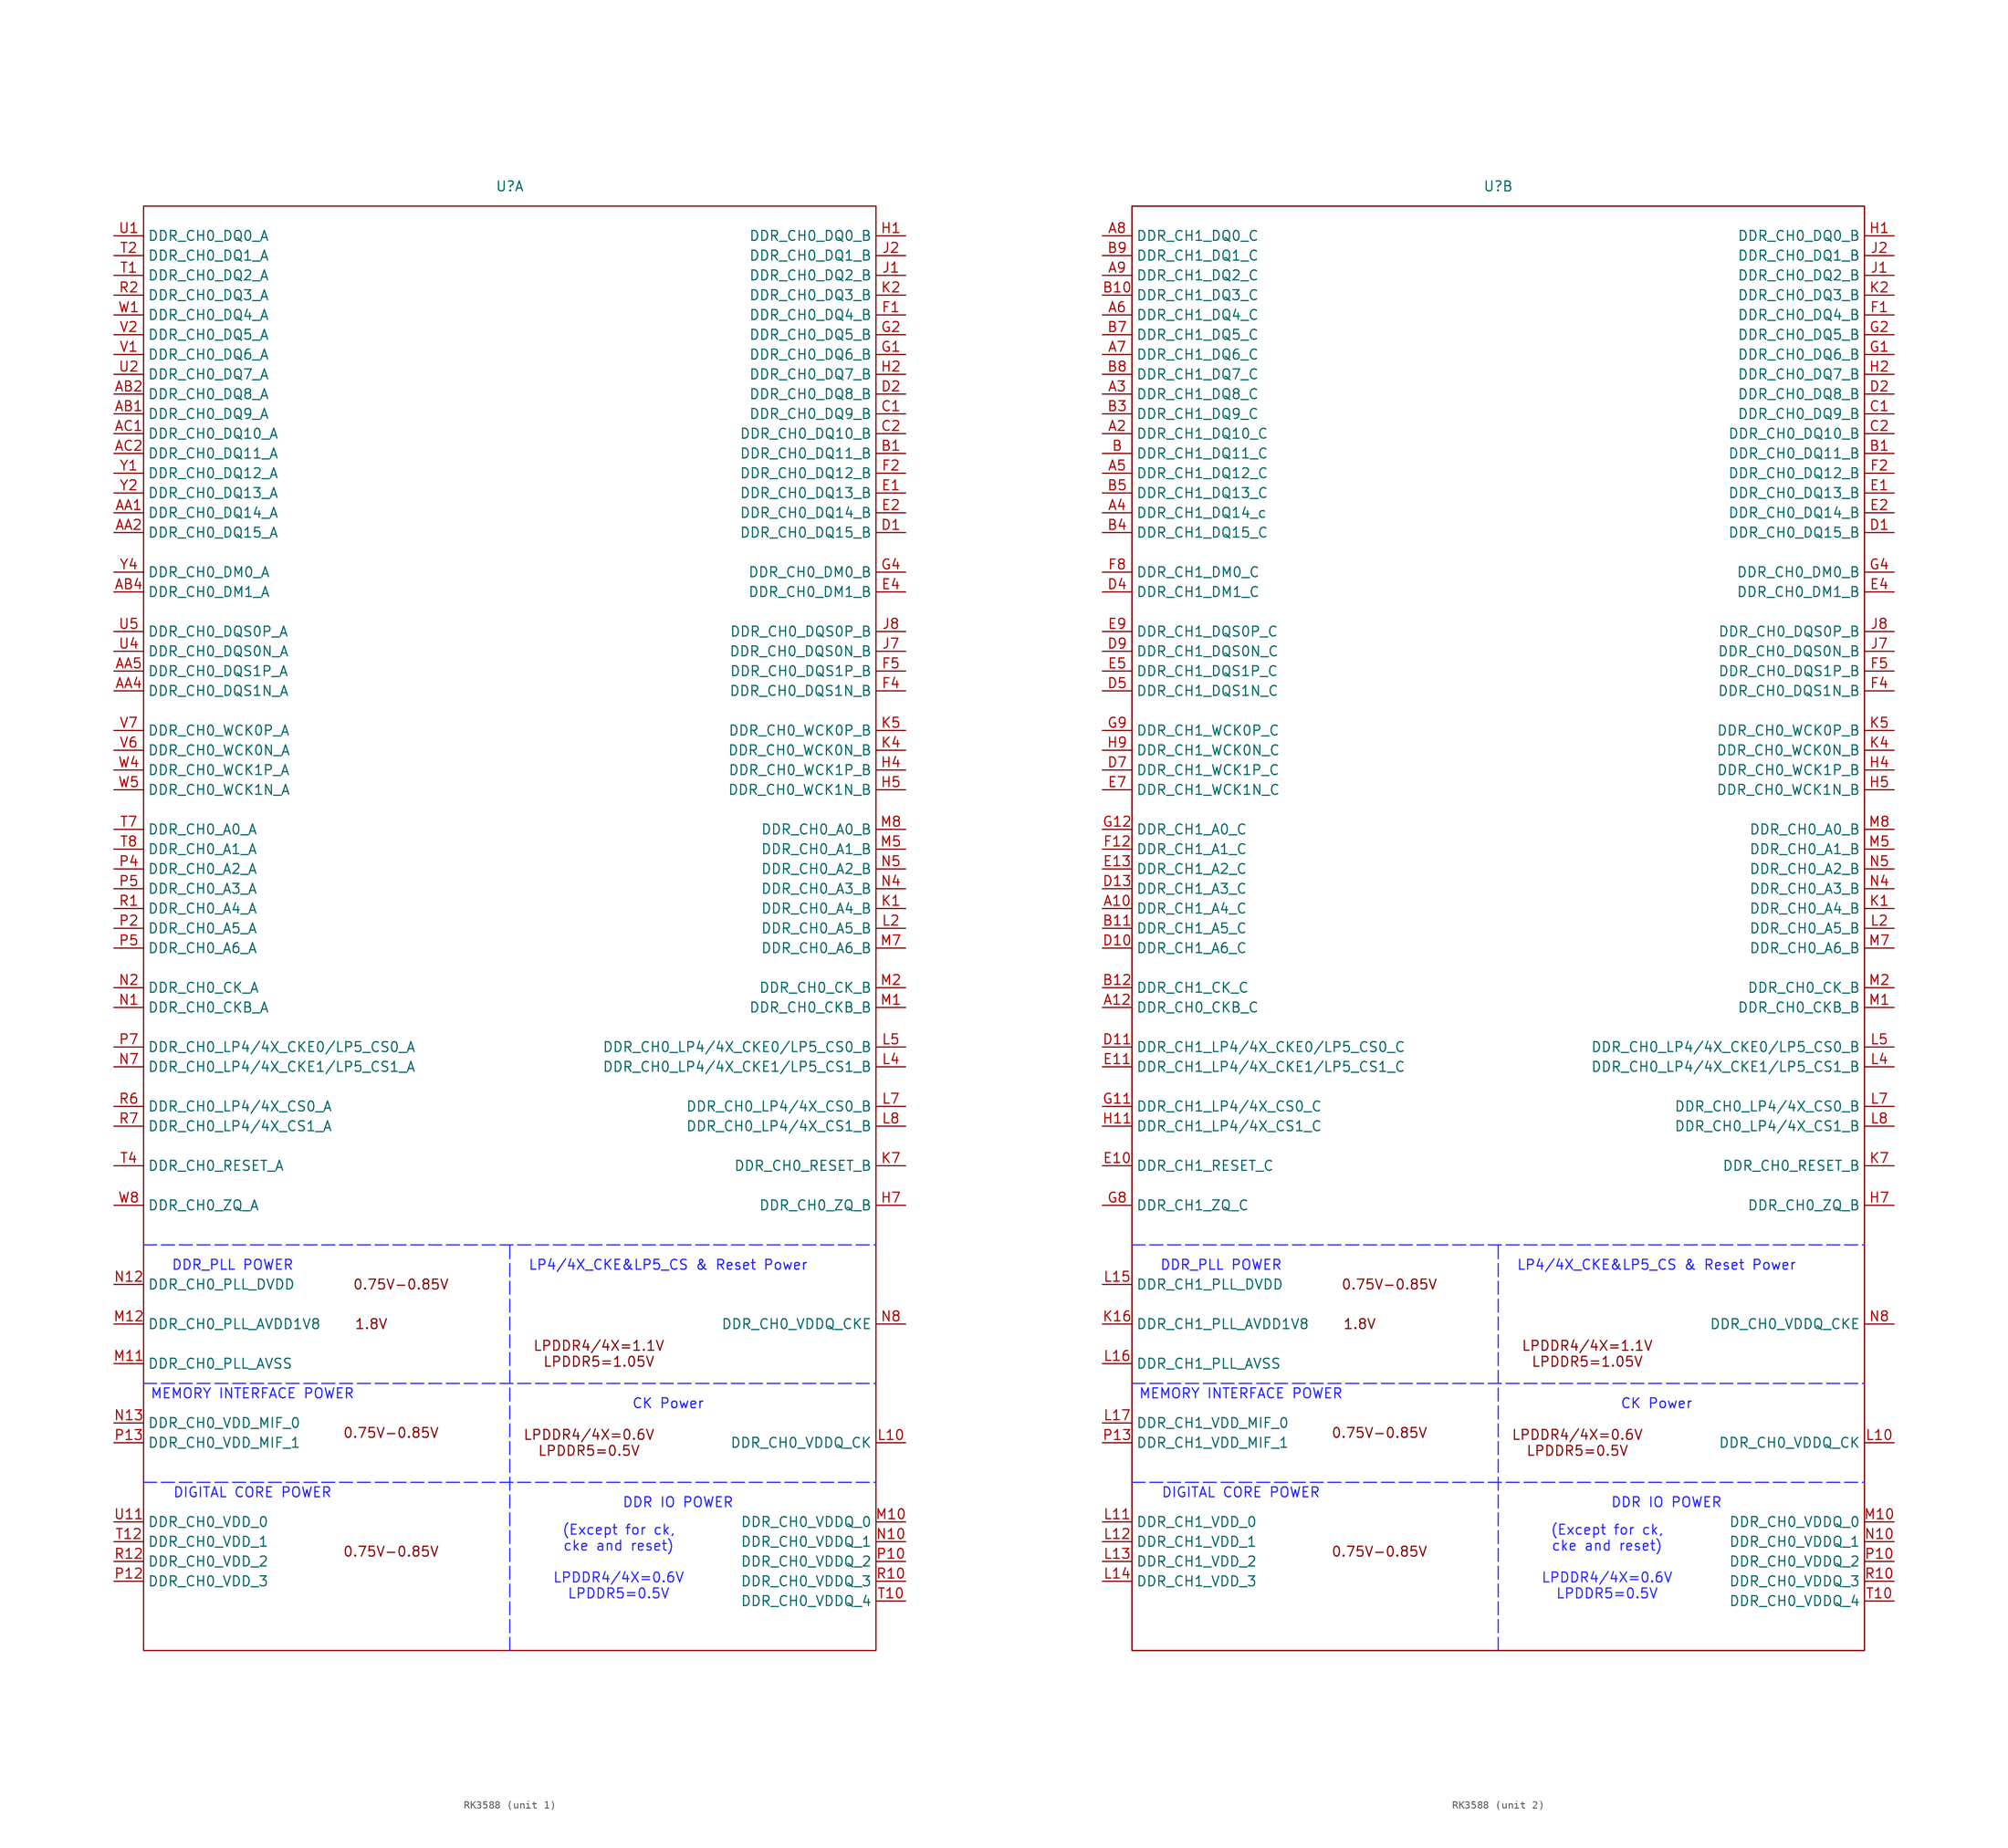
<source format=kicad_sym>
(kicad_symbol_lib
  (version 20220914)
  (generator kicad_symbol_editor)
  (symbol "RK3588"
    (property "Reference" "U"
      (at 0 2.54 0)
      (effects (font (size 1.27 1.27))))
    (property "Value" ""
      (at -50.8 0 0)
      (effects (font (size 1.27 1.27))))
    (property "ki_locked" ""
      (at 0 0 0)
      (effects (font (size 1.27 1.27))))
    (symbol "RK3588_1_0"
      (pin bidirectional line (at -50.8 -11.43 0) (length 3.81) (name "DDR_CH0_DQ3_A" (effects (font (size 1.27 1.27)))) (number "R2" (effects (font (size 1.27 1.27)))))
      (pin bidirectional line (at -50.8 -8.89 0) (length 3.81) (name "DDR_CH0_DQ2_A" (effects (font (size 1.27 1.27)))) (number "T1" (effects (font (size 1.27 1.27)))))
      (pin bidirectional line (at -50.8 -6.35 0) (length 3.81) (name "DDR_CH0_DQ1_A" (effects (font (size 1.27 1.27)))) (number "T2" (effects (font (size 1.27 1.27)))))
      (pin bidirectional line (at -50.8 -13.97 0) (length 3.81) (name "DDR_CH0_DQ4_A" (effects (font (size 1.27 1.27)))) (number "W1" (effects (font (size 1.27 1.27))))))
    (symbol "RK3588_1_1"
      (rectangle (start -46.99 0) (end 46.99 -185.42) (stroke (width 0) (type default)) (fill (type none)))
      (polyline (pts (xy -46.99 -163.83) (xy 46.99 -163.83)) (stroke (width 0) (type dash) (color 34 38 255 1)) (fill (type none)))
      (polyline (pts (xy -46.99 -151.13) (xy 46.99 -151.13)) (stroke (width 0) (type dash) (color 34 38 255 1)) (fill (type none)))
      (polyline (pts (xy -46.99 -133.35) (xy 46.99 -133.35)) (stroke (width 0) (type dash) (color 34 38 255 1)) (fill (type none)))
      (polyline (pts (xy 0 -185.42) (xy 0 -133.35)) (stroke (width 0) (type dash) (color 34 38 255 1)) (fill (type none)))
      (text "(Except for ck,\ncke and reset)\n\nLPDDR4/4X=0.6V\nLPDDR5=0.5V" (at 13.97 -173.99 0) (effects (font (size 1.27 1.27) (color 38 36 255 1))))
      (text "0.75V-0.85V" (at -15.24 -172.72 0) (effects (font (size 1.27 1.27))))
      (text "0.75V-0.85V" (at -15.24 -157.48 0) (effects (font (size 1.27 1.27))))
      (text "0.75V-0.85V" (at -13.97 -138.43 0) (effects (font (size 1.27 1.27))))
      (text "1.8V" (at -17.78 -143.51 0) (effects (font (size 1.27 1.27))))
      (text "CK Power" (at 20.32 -153.67 0) (effects (font (size 1.27 1.27) (color 31 30 255 1))))
      (text "DDR IO POWER" (at 21.59 -166.37 0) (effects (font (size 1.27 1.27) (color 31 30 255 1))))
      (text "DDR_PLL POWER" (at -35.56 -135.89 0) (effects (font (size 1.27 1.27) (color 31 30 255 1))))
      (text "DIGITAL CORE POWER" (at -33.02 -165.1 0) (effects (font (size 1.27 1.27) (color 31 30 255 1))))
      (text "LP4/4X_CKE&LP5_CS & Reset Power" (at 20.32 -135.89 0) (effects (font (size 1.27 1.27) (color 31 30 255 1))))
      (text "LPDDR4/4X=0.6V\nLPDDR5=0.5V" (at 10.16 -158.75 0) (effects (font (size 1.27 1.27))))
      (text "LPDDR4/4X=1.1V\nLPDDR5=1.05V" (at 11.43 -147.32 0) (effects (font (size 1.27 1.27))))
      (text "MEMORY INTERFACE POWER" (at -33.02 -152.4 0) (effects (font (size 1.27 1.27) (color 31 30 255 1))))
      (pin bidirectional line (at -50.8 -39.37 0) (length 3.81) (name "DDR_CH0_DQ14_A" (effects (font (size 1.27 1.27)))) (number "AA1" (effects (font (size 1.27 1.27)))))
      (pin bidirectional line (at -50.8 -41.91 0) (length 3.81) (name "DDR_CH0_DQ15_A" (effects (font (size 1.27 1.27)))) (number "AA2" (effects (font (size 1.27 1.27)))))
      (pin bidirectional line (at -50.8 -62.23 0) (length 3.81) (name "DDR_CH0_DQS1N_A" (effects (font (size 1.27 1.27)))) (number "AA4" (effects (font (size 1.27 1.27)))))
      (pin bidirectional line (at -50.8 -59.69 0) (length 3.81) (name "DDR_CH0_DQS1P_A" (effects (font (size 1.27 1.27)))) (number "AA5" (effects (font (size 1.27 1.27)))))
      (pin bidirectional line (at -50.8 -26.67 0) (length 3.81) (name "DDR_CH0_DQ9_A" (effects (font (size 1.27 1.27)))) (number "AB1" (effects (font (size 1.27 1.27)))))
      (pin bidirectional line (at -50.8 -24.13 0) (length 3.81) (name "DDR_CH0_DQ8_A" (effects (font (size 1.27 1.27)))) (number "AB2" (effects (font (size 1.27 1.27)))))
      (pin output line (at -50.8 -49.53 0) (length 3.81) (name "DDR_CH0_DM1_A" (effects (font (size 1.27 1.27)))) (number "AB4" (effects (font (size 1.27 1.27)))))
      (pin bidirectional line (at -50.8 -29.21 0) (length 3.81) (name "DDR_CH0_DQ10_A" (effects (font (size 1.27 1.27)))) (number "AC1" (effects (font (size 1.27 1.27)))))
      (pin bidirectional line (at -50.8 -31.75 0) (length 3.81) (name "DDR_CH0_DQ11_A" (effects (font (size 1.27 1.27)))) (number "AC2" (effects (font (size 1.27 1.27)))))
      (pin bidirectional line (at 50.8 -31.75 180) (length 3.81) (name "DDR_CH0_DQ11_B" (effects (font (size 1.27 1.27)))) (number "B1" (effects (font (size 1.27 1.27)))))
      (pin bidirectional line (at 50.8 -26.67 180) (length 3.81) (name "DDR_CH0_DQ9_B" (effects (font (size 1.27 1.27)))) (number "C1" (effects (font (size 1.27 1.27)))))
      (pin bidirectional line (at 50.8 -29.21 180) (length 3.81) (name "DDR_CH0_DQ10_B" (effects (font (size 1.27 1.27)))) (number "C2" (effects (font (size 1.27 1.27)))))
      (pin bidirectional line (at 50.8 -41.91 180) (length 3.81) (name "DDR_CH0_DQ15_B" (effects (font (size 1.27 1.27)))) (number "D1" (effects (font (size 1.27 1.27)))))
      (pin bidirectional line (at 50.8 -24.13 180) (length 3.81) (name "DDR_CH0_DQ8_B" (effects (font (size 1.27 1.27)))) (number "D2" (effects (font (size 1.27 1.27)))))
      (pin bidirectional line (at 50.8 -36.83 180) (length 3.81) (name "DDR_CH0_DQ13_B" (effects (font (size 1.27 1.27)))) (number "E1" (effects (font (size 1.27 1.27)))))
      (pin bidirectional line (at 50.8 -39.37 180) (length 3.81) (name "DDR_CH0_DQ14_B" (effects (font (size 1.27 1.27)))) (number "E2" (effects (font (size 1.27 1.27)))))
      (pin output line (at 50.8 -49.53 180) (length 3.81) (name "DDR_CH0_DM1_B" (effects (font (size 1.27 1.27)))) (number "E4" (effects (font (size 1.27 1.27)))))
      (pin bidirectional line (at 50.8 -13.97 180) (length 3.81) (name "DDR_CH0_DQ4_B" (effects (font (size 1.27 1.27)))) (number "F1" (effects (font (size 1.27 1.27)))))
      (pin bidirectional line (at 50.8 -34.29 180) (length 3.81) (name "DDR_CH0_DQ12_B" (effects (font (size 1.27 1.27)))) (number "F2" (effects (font (size 1.27 1.27)))))
      (pin bidirectional line (at 50.8 -62.23 180) (length 3.81) (name "DDR_CH0_DQS1N_B" (effects (font (size 1.27 1.27)))) (number "F4" (effects (font (size 1.27 1.27)))))
      (pin bidirectional line (at 50.8 -59.69 180) (length 3.81) (name "DDR_CH0_DQS1P_B" (effects (font (size 1.27 1.27)))) (number "F5" (effects (font (size 1.27 1.27)))))
      (pin bidirectional line (at 50.8 -19.05 180) (length 3.81) (name "DDR_CH0_DQ6_B" (effects (font (size 1.27 1.27)))) (number "G1" (effects (font (size 1.27 1.27)))))
      (pin bidirectional line (at 50.8 -16.51 180) (length 3.81) (name "DDR_CH0_DQ5_B" (effects (font (size 1.27 1.27)))) (number "G2" (effects (font (size 1.27 1.27)))))
      (pin output line (at 50.8 -46.99 180) (length 3.81) (name "DDR_CH0_DM0_B" (effects (font (size 1.27 1.27)))) (number "G4" (effects (font (size 1.27 1.27)))))
      (pin bidirectional line (at 50.8 -3.81 180) (length 3.81) (name "DDR_CH0_DQ0_B" (effects (font (size 1.27 1.27)))) (number "H1" (effects (font (size 1.27 1.27)))))
      (pin bidirectional line (at 50.8 -21.59 180) (length 3.81) (name "DDR_CH0_DQ7_B" (effects (font (size 1.27 1.27)))) (number "H2" (effects (font (size 1.27 1.27)))))
      (pin bidirectional line (at 50.8 -72.39 180) (length 3.81) (name "DDR_CH0_WCK1P_B" (effects (font (size 1.27 1.27)))) (number "H4" (effects (font (size 1.27 1.27)))))
      (pin bidirectional line (at 50.8 -74.93 180) (length 3.81) (name "DDR_CH0_WCK1N_B" (effects (font (size 1.27 1.27)))) (number "H5" (effects (font (size 1.27 1.27)))))
      (pin power_in line (at 50.8 -128.27 180) (length 3.81) (name "DDR_CH0_ZQ_B" (effects (font (size 1.27 1.27)))) (number "H7" (effects (font (size 1.27 1.27)))))
      (pin bidirectional line (at 50.8 -8.89 180) (length 3.81) (name "DDR_CH0_DQ2_B" (effects (font (size 1.27 1.27)))) (number "J1" (effects (font (size 1.27 1.27)))))
      (pin bidirectional line (at 50.8 -6.35 180) (length 3.81) (name "DDR_CH0_DQ1_B" (effects (font (size 1.27 1.27)))) (number "J2" (effects (font (size 1.27 1.27)))))
      (pin bidirectional line (at 50.8 -57.15 180) (length 3.81) (name "DDR_CH0_DQS0N_B" (effects (font (size 1.27 1.27)))) (number "J7" (effects (font (size 1.27 1.27)))))
      (pin bidirectional line (at 50.8 -54.61 180) (length 3.81) (name "DDR_CH0_DQS0P_B" (effects (font (size 1.27 1.27)))) (number "J8" (effects (font (size 1.27 1.27)))))
      (pin output line (at 50.8 -90.17 180) (length 3.81) (name "DDR_CH0_A4_B" (effects (font (size 1.27 1.27)))) (number "K1" (effects (font (size 1.27 1.27)))))
      (pin bidirectional line (at 50.8 -11.43 180) (length 3.81) (name "DDR_CH0_DQ3_B" (effects (font (size 1.27 1.27)))) (number "K2" (effects (font (size 1.27 1.27)))))
      (pin bidirectional line (at 50.8 -69.85 180) (length 3.81) (name "DDR_CH0_WCK0N_B" (effects (font (size 1.27 1.27)))) (number "K4" (effects (font (size 1.27 1.27)))))
      (pin bidirectional line (at 50.8 -67.31 180) (length 3.81) (name "DDR_CH0_WCK0P_B" (effects (font (size 1.27 1.27)))) (number "K5" (effects (font (size 1.27 1.27)))))
      (pin passive line (at 50.8 -123.19 180) (length 3.81) (name "DDR_CH0_RESET_B" (effects (font (size 1.27 1.27)))) (number "K7" (effects (font (size 1.27 1.27)))))
      (pin power_in line (at 50.8 -158.75 180) (length 3.81) (name "DDR_CH0_VDDQ_CK" (effects (font (size 1.27 1.27)))) (number "L10" (effects (font (size 1.27 1.27)))))
      (pin output line (at 50.8 -92.71 180) (length 3.81) (name "DDR_CH0_A5_B" (effects (font (size 1.27 1.27)))) (number "L2" (effects (font (size 1.27 1.27)))))
      (pin output line (at 50.8 -110.49 180) (length 3.81) (name "DDR_CH0_LP4/4X_CKE1/LP5_CS1_B" (effects (font (size 1.27 1.27)))) (number "L4" (effects (font (size 1.27 1.27)))))
      (pin output line (at 50.8 -107.95 180) (length 3.81) (name "DDR_CH0_LP4/4X_CKE0/LP5_CS0_B" (effects (font (size 1.27 1.27)))) (number "L5" (effects (font (size 1.27 1.27)))))
      (pin output line (at 50.8 -115.57 180) (length 3.81) (name "DDR_CH0_LP4/4X_CS0_B" (effects (font (size 1.27 1.27)))) (number "L7" (effects (font (size 1.27 1.27)))))
      (pin output line (at 50.8 -118.11 180) (length 3.81) (name "DDR_CH0_LP4/4X_CS1_B" (effects (font (size 1.27 1.27)))) (number "L8" (effects (font (size 1.27 1.27)))))
      (pin output line (at 50.8 -102.87 180) (length 3.81) (name "DDR_CH0_CKB_B" (effects (font (size 1.27 1.27)))) (number "M1" (effects (font (size 1.27 1.27)))))
      (pin power_in line (at 50.8 -168.91 180) (length 3.81) (name "DDR_CH0_VDDQ_0" (effects (font (size 1.27 1.27)))) (number "M10" (effects (font (size 1.27 1.27)))))
      (pin power_in line (at -50.8 -148.59 0) (length 3.81) (name "DDR_CH0_PLL_AVSS" (effects (font (size 1.27 1.27)))) (number "M11" (effects (font (size 1.27 1.27)))))
      (pin power_in line (at -50.8 -143.51 0) (length 3.81) (name "DDR_CH0_PLL_AVDD1V8" (effects (font (size 1.27 1.27)))) (number "M12" (effects (font (size 1.27 1.27)))))
      (pin output line (at 50.8 -100.33 180) (length 3.81) (name "DDR_CH0_CK_B" (effects (font (size 1.27 1.27)))) (number "M2" (effects (font (size 1.27 1.27)))))
      (pin output line (at 50.8 -82.55 180) (length 3.81) (name "DDR_CH0_A1_B" (effects (font (size 1.27 1.27)))) (number "M5" (effects (font (size 1.27 1.27)))))
      (pin output line (at 50.8 -95.25 180) (length 3.81) (name "DDR_CH0_A6_B" (effects (font (size 1.27 1.27)))) (number "M7" (effects (font (size 1.27 1.27)))))
      (pin output line (at 50.8 -80.01 180) (length 3.81) (name "DDR_CH0_A0_B" (effects (font (size 1.27 1.27)))) (number "M8" (effects (font (size 1.27 1.27)))))
      (pin output line (at -50.8 -102.87 0) (length 3.81) (name "DDR_CH0_CKB_A" (effects (font (size 1.27 1.27)))) (number "N1" (effects (font (size 1.27 1.27)))))
      (pin power_in line (at 50.8 -171.45 180) (length 3.81) (name "DDR_CH0_VDDQ_1" (effects (font (size 1.27 1.27)))) (number "N10" (effects (font (size 1.27 1.27)))))
      (pin power_in line (at -50.8 -138.43 0) (length 3.81) (name "DDR_CH0_PLL_DVDD" (effects (font (size 1.27 1.27)))) (number "N12" (effects (font (size 1.27 1.27)))))
      (pin power_in line (at -50.8 -156.21 0) (length 3.81) (name "DDR_CH0_VDD_MIF_0" (effects (font (size 1.27 1.27)))) (number "N13" (effects (font (size 1.27 1.27)))))
      (pin output line (at -50.8 -100.33 0) (length 3.81) (name "DDR_CH0_CK_A" (effects (font (size 1.27 1.27)))) (number "N2" (effects (font (size 1.27 1.27)))))
      (pin output line (at 50.8 -87.63 180) (length 3.81) (name "DDR_CH0_A3_B" (effects (font (size 1.27 1.27)))) (number "N4" (effects (font (size 1.27 1.27)))))
      (pin output line (at 50.8 -85.09 180) (length 3.81) (name "DDR_CH0_A2_B" (effects (font (size 1.27 1.27)))) (number "N5" (effects (font (size 1.27 1.27)))))
      (pin output line (at -50.8 -110.49 0) (length 3.81) (name "DDR_CH0_LP4/4X_CKE1/LP5_CS1_A" (effects (font (size 1.27 1.27)))) (number "N7" (effects (font (size 1.27 1.27)))))
      (pin power_in line (at 50.8 -143.51 180) (length 3.81) (name "DDR_CH0_VDDQ_CKE" (effects (font (size 1.27 1.27)))) (number "N8" (effects (font (size 1.27 1.27)))))
      (pin power_in line (at 50.8 -173.99 180) (length 3.81) (name "DDR_CH0_VDDQ_2" (effects (font (size 1.27 1.27)))) (number "P10" (effects (font (size 1.27 1.27)))))
      (pin power_in line (at -50.8 -176.53 0) (length 3.81) (name "DDR_CH0_VDD_3" (effects (font (size 1.27 1.27)))) (number "P12" (effects (font (size 1.27 1.27)))))
      (pin power_in line (at -50.8 -158.75 0) (length 3.81) (name "DDR_CH0_VDD_MIF_1" (effects (font (size 1.27 1.27)))) (number "P13" (effects (font (size 1.27 1.27)))))
      (pin output line (at -50.8 -92.71 0) (length 3.81) (name "DDR_CH0_A5_A" (effects (font (size 1.27 1.27)))) (number "P2" (effects (font (size 1.27 1.27)))))
      (pin output line (at -50.8 -85.09 0) (length 3.81) (name "DDR_CH0_A2_A" (effects (font (size 1.27 1.27)))) (number "P4" (effects (font (size 1.27 1.27)))))
      (pin output line (at -50.8 -87.63 0) (length 3.81) (name "DDR_CH0_A3_A" (effects (font (size 1.27 1.27)))) (number "P5" (effects (font (size 1.27 1.27)))))
      (pin output line (at -50.8 -95.25 0) (length 3.81) (name "DDR_CH0_A6_A" (effects (font (size 1.27 1.27)))) (number "P5" (effects (font (size 1.27 1.27)))))
      (pin output line (at -50.8 -107.95 0) (length 3.81) (name "DDR_CH0_LP4/4X_CKE0/LP5_CS0_A" (effects (font (size 1.27 1.27)))) (number "P7" (effects (font (size 1.27 1.27)))))
      (pin output line (at -50.8 -90.17 0) (length 3.81) (name "DDR_CH0_A4_A" (effects (font (size 1.27 1.27)))) (number "R1" (effects (font (size 1.27 1.27)))))
      (pin power_in line (at 50.8 -176.53 180) (length 3.81) (name "DDR_CH0_VDDQ_3" (effects (font (size 1.27 1.27)))) (number "R10" (effects (font (size 1.27 1.27)))))
      (pin power_in line (at -50.8 -173.99 0) (length 3.81) (name "DDR_CH0_VDD_2" (effects (font (size 1.27 1.27)))) (number "R12" (effects (font (size 1.27 1.27)))))
      (pin output line (at -50.8 -115.57 0) (length 3.81) (name "DDR_CH0_LP4/4X_CS0_A" (effects (font (size 1.27 1.27)))) (number "R6" (effects (font (size 1.27 1.27)))))
      (pin output line (at -50.8 -118.11 0) (length 3.81) (name "DDR_CH0_LP4/4X_CS1_A" (effects (font (size 1.27 1.27)))) (number "R7" (effects (font (size 1.27 1.27)))))
      (pin power_in line (at 50.8 -179.07 180) (length 3.81) (name "DDR_CH0_VDDQ_4" (effects (font (size 1.27 1.27)))) (number "T10" (effects (font (size 1.27 1.27)))))
      (pin power_in line (at -50.8 -171.45 0) (length 3.81) (name "DDR_CH0_VDD_1" (effects (font (size 1.27 1.27)))) (number "T12" (effects (font (size 1.27 1.27)))))
      (pin output line (at -50.8 -123.19 0) (length 3.81) (name "DDR_CH0_RESET_A" (effects (font (size 1.27 1.27)))) (number "T4" (effects (font (size 1.27 1.27)))))
      (pin output line (at -50.8 -80.01 0) (length 3.81) (name "DDR_CH0_A0_A" (effects (font (size 1.27 1.27)))) (number "T7" (effects (font (size 1.27 1.27)))))
      (pin output line (at -50.8 -82.55 0) (length 3.81) (name "DDR_CH0_A1_A" (effects (font (size 1.27 1.27)))) (number "T8" (effects (font (size 1.27 1.27)))))
      (pin bidirectional line (at -50.8 -3.81 0) (length 3.81) (name "DDR_CH0_DQ0_A" (effects (font (size 1.27 1.27)))) (number "U1" (effects (font (size 1.27 1.27)))))
      (pin power_in line (at -50.8 -168.91 0) (length 3.81) (name "DDR_CH0_VDD_0" (effects (font (size 1.27 1.27)))) (number "U11" (effects (font (size 1.27 1.27)))))
      (pin bidirectional line (at -50.8 -21.59 0) (length 3.81) (name "DDR_CH0_DQ7_A" (effects (font (size 1.27 1.27)))) (number "U2" (effects (font (size 1.27 1.27)))))
      (pin bidirectional line (at -50.8 -57.15 0) (length 3.81) (name "DDR_CH0_DQS0N_A" (effects (font (size 1.27 1.27)))) (number "U4" (effects (font (size 1.27 1.27)))))
      (pin bidirectional line (at -50.8 -54.61 0) (length 3.81) (name "DDR_CH0_DQS0P_A" (effects (font (size 1.27 1.27)))) (number "U5" (effects (font (size 1.27 1.27)))))
      (pin bidirectional line (at -50.8 -19.05 0) (length 3.81) (name "DDR_CH0_DQ6_A" (effects (font (size 1.27 1.27)))) (number "V1" (effects (font (size 1.27 1.27)))))
      (pin bidirectional line (at -50.8 -16.51 0) (length 3.81) (name "DDR_CH0_DQ5_A" (effects (font (size 1.27 1.27)))) (number "V2" (effects (font (size 1.27 1.27)))))
      (pin bidirectional line (at -50.8 -69.85 0) (length 3.81) (name "DDR_CH0_WCK0N_A" (effects (font (size 1.27 1.27)))) (number "V6" (effects (font (size 1.27 1.27)))))
      (pin bidirectional line (at -50.8 -67.31 0) (length 3.81) (name "DDR_CH0_WCK0P_A" (effects (font (size 1.27 1.27)))) (number "V7" (effects (font (size 1.27 1.27)))))
      (pin bidirectional line (at -50.8 -72.39 0) (length 3.81) (name "DDR_CH0_WCK1P_A" (effects (font (size 1.27 1.27)))) (number "W4" (effects (font (size 1.27 1.27)))))
      (pin bidirectional line (at -50.8 -74.93 0) (length 3.81) (name "DDR_CH0_WCK1N_A" (effects (font (size 1.27 1.27)))) (number "W5" (effects (font (size 1.27 1.27)))))
      (pin output line (at -50.8 -128.27 0) (length 3.81) (name "DDR_CH0_ZQ_A" (effects (font (size 1.27 1.27)))) (number "W8" (effects (font (size 1.27 1.27)))))
      (pin bidirectional line (at -50.8 -34.29 0) (length 3.81) (name "DDR_CH0_DQ12_A" (effects (font (size 1.27 1.27)))) (number "Y1" (effects (font (size 1.27 1.27)))))
      (pin bidirectional line (at -50.8 -36.83 0) (length 3.81) (name "DDR_CH0_DQ13_A" (effects (font (size 1.27 1.27)))) (number "Y2" (effects (font (size 1.27 1.27)))))
      (pin output line (at -50.8 -46.99 0) (length 3.81) (name "DDR_CH0_DM0_A" (effects (font (size 1.27 1.27)))) (number "Y4" (effects (font (size 1.27 1.27))))))
    (symbol "RK3588_2_0"
      (pin bidirectional line (at -50.8 -13.97 0) (length 3.81) (name "DDR_CH1_DQ4_C" (effects (font (size 1.27 1.27)))) (number "A6" (effects (font (size 1.27 1.27)))))
      (pin bidirectional line (at -50.8 -8.89 0) (length 3.81) (name "DDR_CH1_DQ2_C" (effects (font (size 1.27 1.27)))) (number "A9" (effects (font (size 1.27 1.27)))))
      (pin bidirectional line (at -50.8 -11.43 0) (length 3.81) (name "DDR_CH1_DQ3_C" (effects (font (size 1.27 1.27)))) (number "B10" (effects (font (size 1.27 1.27)))))
      (pin bidirectional line (at -50.8 -6.35 0) (length 3.81) (name "DDR_CH1_DQ1_C" (effects (font (size 1.27 1.27)))) (number "B9" (effects (font (size 1.27 1.27))))))
    (symbol "RK3588_2_1"
      (rectangle (start -46.99 0) (end 46.99 -185.42) (stroke (width 0) (type default)) (fill (type none)))
      (rectangle (start -46.99 0) (end 46.99 -185.42) (stroke (width 0) (type default)) (fill (type none)))
      (polyline (pts (xy -46.99 -163.83) (xy 46.99 -163.83)) (stroke (width 0) (type dash) (color 34 38 255 1)) (fill (type none)))
      (polyline (pts (xy -46.99 -151.13) (xy 46.99 -151.13)) (stroke (width 0) (type dash) (color 34 38 255 1)) (fill (type none)))
      (polyline (pts (xy -46.99 -133.35) (xy 46.99 -133.35)) (stroke (width 0) (type dash) (color 34 38 255 1)) (fill (type none)))
      (polyline (pts (xy 0 -185.42) (xy 0 -133.35)) (stroke (width 0) (type dash) (color 34 38 255 1)) (fill (type none)))
      (text "(Except for ck,\ncke and reset)\n\nLPDDR4/4X=0.6V\nLPDDR5=0.5V" (at 13.97 -173.99 0) (effects (font (size 1.27 1.27) (color 38 36 255 1))))
      (text "0.75V-0.85V" (at -15.24 -172.72 0) (effects (font (size 1.27 1.27))))
      (text "0.75V-0.85V" (at -15.24 -157.48 0) (effects (font (size 1.27 1.27))))
      (text "0.75V-0.85V" (at -13.97 -138.43 0) (effects (font (size 1.27 1.27))))
      (text "1.8V" (at -17.78 -143.51 0) (effects (font (size 1.27 1.27))))
      (text "CK Power" (at 20.32 -153.67 0) (effects (font (size 1.27 1.27) (color 31 30 255 1))))
      (text "DDR IO POWER" (at 21.59 -166.37 0) (effects (font (size 1.27 1.27) (color 31 30 255 1))))
      (text "DDR_PLL POWER" (at -35.56 -135.89 0) (effects (font (size 1.27 1.27) (color 31 30 255 1))))
      (text "DIGITAL CORE POWER" (at -33.02 -165.1 0) (effects (font (size 1.27 1.27) (color 31 30 255 1))))
      (text "LP4/4X_CKE&LP5_CS & Reset Power" (at 20.32 -135.89 0) (effects (font (size 1.27 1.27) (color 31 30 255 1))))
      (text "LPDDR4/4X=0.6V\nLPDDR5=0.5V" (at 10.16 -158.75 0) (effects (font (size 1.27 1.27))))
      (text "LPDDR4/4X=1.1V\nLPDDR5=1.05V" (at 11.43 -147.32 0) (effects (font (size 1.27 1.27))))
      (text "MEMORY INTERFACE POWER" (at -33.02 -152.4 0) (effects (font (size 1.27 1.27) (color 31 30 255 1))))
      (pin output line (at -50.8 -90.17 0) (length 3.81) (name "DDR_CH1_A4_C" (effects (font (size 1.27 1.27)))) (number "A10" (effects (font (size 1.27 1.27)))))
      (pin output line (at -50.8 -102.87 0) (length 3.81) (name "DDR_CH0_CKB_C" (effects (font (size 1.27 1.27)))) (number "A12" (effects (font (size 1.27 1.27)))))
      (pin bidirectional line (at -50.8 -29.21 0) (length 3.81) (name "DDR_CH1_DQ10_C" (effects (font (size 1.27 1.27)))) (number "A2" (effects (font (size 1.27 1.27)))))
      (pin bidirectional line (at -50.8 -24.13 0) (length 3.81) (name "DDR_CH1_DQ8_C" (effects (font (size 1.27 1.27)))) (number "A3" (effects (font (size 1.27 1.27)))))
      (pin bidirectional line (at -50.8 -39.37 0) (length 3.81) (name "DDR_CH1_DQ14_c" (effects (font (size 1.27 1.27)))) (number "A4" (effects (font (size 1.27 1.27)))))
      (pin bidirectional line (at -50.8 -34.29 0) (length 3.81) (name "DDR_CH1_DQ12_C" (effects (font (size 1.27 1.27)))) (number "A5" (effects (font (size 1.27 1.27)))))
      (pin bidirectional line (at -50.8 -19.05 0) (length 3.81) (name "DDR_CH1_DQ6_C" (effects (font (size 1.27 1.27)))) (number "A7" (effects (font (size 1.27 1.27)))))
      (pin bidirectional line (at -50.8 -3.81 0) (length 3.81) (name "DDR_CH1_DQ0_C" (effects (font (size 1.27 1.27)))) (number "A8" (effects (font (size 1.27 1.27)))))
      (pin bidirectional line (at -50.8 -31.75 0) (length 3.81) (name "DDR_CH1_DQ11_C" (effects (font (size 1.27 1.27)))) (number "B" (effects (font (size 1.27 1.27)))))
      (pin bidirectional line (at 50.8 -31.75 180) (length 3.81) (name "DDR_CH0_DQ11_B" (effects (font (size 1.27 1.27)))) (number "B1" (effects (font (size 1.27 1.27)))))
      (pin output line (at -50.8 -92.71 0) (length 3.81) (name "DDR_CH1_A5_C" (effects (font (size 1.27 1.27)))) (number "B11" (effects (font (size 1.27 1.27)))))
      (pin output line (at -50.8 -100.33 0) (length 3.81) (name "DDR_CH1_CK_C" (effects (font (size 1.27 1.27)))) (number "B12" (effects (font (size 1.27 1.27)))))
      (pin bidirectional line (at -50.8 -26.67 0) (length 3.81) (name "DDR_CH1_DQ9_C" (effects (font (size 1.27 1.27)))) (number "B3" (effects (font (size 1.27 1.27)))))
      (pin bidirectional line (at -50.8 -41.91 0) (length 3.81) (name "DDR_CH1_DQ15_C" (effects (font (size 1.27 1.27)))) (number "B4" (effects (font (size 1.27 1.27)))))
      (pin bidirectional line (at -50.8 -36.83 0) (length 3.81) (name "DDR_CH1_DQ13_C" (effects (font (size 1.27 1.27)))) (number "B5" (effects (font (size 1.27 1.27)))))
      (pin bidirectional line (at -50.8 -16.51 0) (length 3.81) (name "DDR_CH1_DQ5_C" (effects (font (size 1.27 1.27)))) (number "B7" (effects (font (size 1.27 1.27)))))
      (pin bidirectional line (at -50.8 -21.59 0) (length 3.81) (name "DDR_CH1_DQ7_C" (effects (font (size 1.27 1.27)))) (number "B8" (effects (font (size 1.27 1.27)))))
      (pin bidirectional line (at 50.8 -26.67 180) (length 3.81) (name "DDR_CH0_DQ9_B" (effects (font (size 1.27 1.27)))) (number "C1" (effects (font (size 1.27 1.27)))))
      (pin bidirectional line (at 50.8 -29.21 180) (length 3.81) (name "DDR_CH0_DQ10_B" (effects (font (size 1.27 1.27)))) (number "C2" (effects (font (size 1.27 1.27)))))
      (pin bidirectional line (at 50.8 -41.91 180) (length 3.81) (name "DDR_CH0_DQ15_B" (effects (font (size 1.27 1.27)))) (number "D1" (effects (font (size 1.27 1.27)))))
      (pin output line (at -50.8 -95.25 0) (length 3.81) (name "DDR_CH1_A6_C" (effects (font (size 1.27 1.27)))) (number "D10" (effects (font (size 1.27 1.27)))))
      (pin output line (at -50.8 -107.95 0) (length 3.81) (name "DDR_CH1_LP4/4X_CKE0/LP5_CS0_C" (effects (font (size 1.27 1.27)))) (number "D11" (effects (font (size 1.27 1.27)))))
      (pin output line (at -50.8 -87.63 0) (length 3.81) (name "DDR_CH1_A3_C" (effects (font (size 1.27 1.27)))) (number "D13" (effects (font (size 1.27 1.27)))))
      (pin bidirectional line (at 50.8 -24.13 180) (length 3.81) (name "DDR_CH0_DQ8_B" (effects (font (size 1.27 1.27)))) (number "D2" (effects (font (size 1.27 1.27)))))
      (pin output line (at -50.8 -49.53 0) (length 3.81) (name "DDR_CH1_DM1_C" (effects (font (size 1.27 1.27)))) (number "D4" (effects (font (size 1.27 1.27)))))
      (pin bidirectional line (at -50.8 -62.23 0) (length 3.81) (name "DDR_CH1_DQS1N_C" (effects (font (size 1.27 1.27)))) (number "D5" (effects (font (size 1.27 1.27)))))
      (pin bidirectional line (at -50.8 -72.39 0) (length 3.81) (name "DDR_CH1_WCK1P_C" (effects (font (size 1.27 1.27)))) (number "D7" (effects (font (size 1.27 1.27)))))
      (pin bidirectional line (at -50.8 -57.15 0) (length 3.81) (name "DDR_CH1_DQS0N_C" (effects (font (size 1.27 1.27)))) (number "D9" (effects (font (size 1.27 1.27)))))
      (pin bidirectional line (at 50.8 -36.83 180) (length 3.81) (name "DDR_CH0_DQ13_B" (effects (font (size 1.27 1.27)))) (number "E1" (effects (font (size 1.27 1.27)))))
      (pin output line (at -50.8 -123.19 0) (length 3.81) (name "DDR_CH1_RESET_C" (effects (font (size 1.27 1.27)))) (number "E10" (effects (font (size 1.27 1.27)))))
      (pin output line (at -50.8 -110.49 0) (length 3.81) (name "DDR_CH1_LP4/4X_CKE1/LP5_CS1_C" (effects (font (size 1.27 1.27)))) (number "E11" (effects (font (size 1.27 1.27)))))
      (pin output line (at -50.8 -85.09 0) (length 3.81) (name "DDR_CH1_A2_C" (effects (font (size 1.27 1.27)))) (number "E13" (effects (font (size 1.27 1.27)))))
      (pin bidirectional line (at 50.8 -39.37 180) (length 3.81) (name "DDR_CH0_DQ14_B" (effects (font (size 1.27 1.27)))) (number "E2" (effects (font (size 1.27 1.27)))))
      (pin output line (at 50.8 -49.53 180) (length 3.81) (name "DDR_CH0_DM1_B" (effects (font (size 1.27 1.27)))) (number "E4" (effects (font (size 1.27 1.27)))))
      (pin bidirectional line (at -50.8 -59.69 0) (length 3.81) (name "DDR_CH1_DQS1P_C" (effects (font (size 1.27 1.27)))) (number "E5" (effects (font (size 1.27 1.27)))))
      (pin bidirectional line (at -50.8 -74.93 0) (length 3.81) (name "DDR_CH1_WCK1N_C" (effects (font (size 1.27 1.27)))) (number "E7" (effects (font (size 1.27 1.27)))))
      (pin bidirectional line (at -50.8 -54.61 0) (length 3.81) (name "DDR_CH1_DQS0P_C" (effects (font (size 1.27 1.27)))) (number "E9" (effects (font (size 1.27 1.27)))))
      (pin bidirectional line (at 50.8 -13.97 180) (length 3.81) (name "DDR_CH0_DQ4_B" (effects (font (size 1.27 1.27)))) (number "F1" (effects (font (size 1.27 1.27)))))
      (pin output line (at -50.8 -82.55 0) (length 3.81) (name "DDR_CH1_A1_C" (effects (font (size 1.27 1.27)))) (number "F12" (effects (font (size 1.27 1.27)))))
      (pin bidirectional line (at 50.8 -34.29 180) (length 3.81) (name "DDR_CH0_DQ12_B" (effects (font (size 1.27 1.27)))) (number "F2" (effects (font (size 1.27 1.27)))))
      (pin bidirectional line (at 50.8 -62.23 180) (length 3.81) (name "DDR_CH0_DQS1N_B" (effects (font (size 1.27 1.27)))) (number "F4" (effects (font (size 1.27 1.27)))))
      (pin bidirectional line (at 50.8 -59.69 180) (length 3.81) (name "DDR_CH0_DQS1P_B" (effects (font (size 1.27 1.27)))) (number "F5" (effects (font (size 1.27 1.27)))))
      (pin output line (at -50.8 -46.99 0) (length 3.81) (name "DDR_CH1_DM0_C" (effects (font (size 1.27 1.27)))) (number "F8" (effects (font (size 1.27 1.27)))))
      (pin bidirectional line (at 50.8 -19.05 180) (length 3.81) (name "DDR_CH0_DQ6_B" (effects (font (size 1.27 1.27)))) (number "G1" (effects (font (size 1.27 1.27)))))
      (pin output line (at -50.8 -115.57 0) (length 3.81) (name "DDR_CH1_LP4/4X_CS0_C" (effects (font (size 1.27 1.27)))) (number "G11" (effects (font (size 1.27 1.27)))))
      (pin output line (at -50.8 -80.01 0) (length 3.81) (name "DDR_CH1_A0_C" (effects (font (size 1.27 1.27)))) (number "G12" (effects (font (size 1.27 1.27)))))
      (pin bidirectional line (at 50.8 -16.51 180) (length 3.81) (name "DDR_CH0_DQ5_B" (effects (font (size 1.27 1.27)))) (number "G2" (effects (font (size 1.27 1.27)))))
      (pin output line (at 50.8 -46.99 180) (length 3.81) (name "DDR_CH0_DM0_B" (effects (font (size 1.27 1.27)))) (number "G4" (effects (font (size 1.27 1.27)))))
      (pin output line (at -50.8 -128.27 0) (length 3.81) (name "DDR_CH1_ZQ_C" (effects (font (size 1.27 1.27)))) (number "G8" (effects (font (size 1.27 1.27)))))
      (pin bidirectional line (at -50.8 -67.31 0) (length 3.81) (name "DDR_CH1_WCK0P_C" (effects (font (size 1.27 1.27)))) (number "G9" (effects (font (size 1.27 1.27)))))
      (pin bidirectional line (at 50.8 -3.81 180) (length 3.81) (name "DDR_CH0_DQ0_B" (effects (font (size 1.27 1.27)))) (number "H1" (effects (font (size 1.27 1.27)))))
      (pin output line (at -50.8 -118.11 0) (length 3.81) (name "DDR_CH1_LP4/4X_CS1_C" (effects (font (size 1.27 1.27)))) (number "H11" (effects (font (size 1.27 1.27)))))
      (pin bidirectional line (at 50.8 -21.59 180) (length 3.81) (name "DDR_CH0_DQ7_B" (effects (font (size 1.27 1.27)))) (number "H2" (effects (font (size 1.27 1.27)))))
      (pin bidirectional line (at 50.8 -72.39 180) (length 3.81) (name "DDR_CH0_WCK1P_B" (effects (font (size 1.27 1.27)))) (number "H4" (effects (font (size 1.27 1.27)))))
      (pin bidirectional line (at 50.8 -74.93 180) (length 3.81) (name "DDR_CH0_WCK1N_B" (effects (font (size 1.27 1.27)))) (number "H5" (effects (font (size 1.27 1.27)))))
      (pin power_in line (at 50.8 -128.27 180) (length 3.81) (name "DDR_CH0_ZQ_B" (effects (font (size 1.27 1.27)))) (number "H7" (effects (font (size 1.27 1.27)))))
      (pin bidirectional line (at -50.8 -69.85 0) (length 3.81) (name "DDR_CH1_WCK0N_C" (effects (font (size 1.27 1.27)))) (number "H9" (effects (font (size 1.27 1.27)))))
      (pin bidirectional line (at 50.8 -8.89 180) (length 3.81) (name "DDR_CH0_DQ2_B" (effects (font (size 1.27 1.27)))) (number "J1" (effects (font (size 1.27 1.27)))))
      (pin bidirectional line (at 50.8 -6.35 180) (length 3.81) (name "DDR_CH0_DQ1_B" (effects (font (size 1.27 1.27)))) (number "J2" (effects (font (size 1.27 1.27)))))
      (pin bidirectional line (at 50.8 -57.15 180) (length 3.81) (name "DDR_CH0_DQS0N_B" (effects (font (size 1.27 1.27)))) (number "J7" (effects (font (size 1.27 1.27)))))
      (pin bidirectional line (at 50.8 -54.61 180) (length 3.81) (name "DDR_CH0_DQS0P_B" (effects (font (size 1.27 1.27)))) (number "J8" (effects (font (size 1.27 1.27)))))
      (pin output line (at 50.8 -90.17 180) (length 3.81) (name "DDR_CH0_A4_B" (effects (font (size 1.27 1.27)))) (number "K1" (effects (font (size 1.27 1.27)))))
      (pin power_in line (at -50.8 -143.51 0) (length 3.81) (name "DDR_CH1_PLL_AVDD1V8" (effects (font (size 1.27 1.27)))) (number "K16" (effects (font (size 1.27 1.27)))))
      (pin bidirectional line (at 50.8 -11.43 180) (length 3.81) (name "DDR_CH0_DQ3_B" (effects (font (size 1.27 1.27)))) (number "K2" (effects (font (size 1.27 1.27)))))
      (pin bidirectional line (at 50.8 -69.85 180) (length 3.81) (name "DDR_CH0_WCK0N_B" (effects (font (size 1.27 1.27)))) (number "K4" (effects (font (size 1.27 1.27)))))
      (pin bidirectional line (at 50.8 -67.31 180) (length 3.81) (name "DDR_CH0_WCK0P_B" (effects (font (size 1.27 1.27)))) (number "K5" (effects (font (size 1.27 1.27)))))
      (pin passive line (at 50.8 -123.19 180) (length 3.81) (name "DDR_CH0_RESET_B" (effects (font (size 1.27 1.27)))) (number "K7" (effects (font (size 1.27 1.27)))))
      (pin power_in line (at 50.8 -158.75 180) (length 3.81) (name "DDR_CH0_VDDQ_CK" (effects (font (size 1.27 1.27)))) (number "L10" (effects (font (size 1.27 1.27)))))
      (pin power_in line (at -50.8 -168.91 0) (length 3.81) (name "DDR_CH1_VDD_0" (effects (font (size 1.27 1.27)))) (number "L11" (effects (font (size 1.27 1.27)))))
      (pin power_in line (at -50.8 -171.45 0) (length 3.81) (name "DDR_CH1_VDD_1" (effects (font (size 1.27 1.27)))) (number "L12" (effects (font (size 1.27 1.27)))))
      (pin power_in line (at -50.8 -173.99 0) (length 3.81) (name "DDR_CH1_VDD_2" (effects (font (size 1.27 1.27)))) (number "L13" (effects (font (size 1.27 1.27)))))
      (pin power_in line (at -50.8 -176.53 0) (length 3.81) (name "DDR_CH1_VDD_3" (effects (font (size 1.27 1.27)))) (number "L14" (effects (font (size 1.27 1.27)))))
      (pin power_in line (at -50.8 -138.43 0) (length 3.81) (name "DDR_CH1_PLL_DVDD" (effects (font (size 1.27 1.27)))) (number "L15" (effects (font (size 1.27 1.27)))))
      (pin power_in line (at -50.8 -148.59 0) (length 3.81) (name "DDR_CH1_PLL_AVSS" (effects (font (size 1.27 1.27)))) (number "L16" (effects (font (size 1.27 1.27)))))
      (pin power_in line (at -50.8 -156.21 0) (length 3.81) (name "DDR_CH1_VDD_MIF_0" (effects (font (size 1.27 1.27)))) (number "L17" (effects (font (size 1.27 1.27)))))
      (pin output line (at 50.8 -92.71 180) (length 3.81) (name "DDR_CH0_A5_B" (effects (font (size 1.27 1.27)))) (number "L2" (effects (font (size 1.27 1.27)))))
      (pin output line (at 50.8 -110.49 180) (length 3.81) (name "DDR_CH0_LP4/4X_CKE1/LP5_CS1_B" (effects (font (size 1.27 1.27)))) (number "L4" (effects (font (size 1.27 1.27)))))
      (pin output line (at 50.8 -107.95 180) (length 3.81) (name "DDR_CH0_LP4/4X_CKE0/LP5_CS0_B" (effects (font (size 1.27 1.27)))) (number "L5" (effects (font (size 1.27 1.27)))))
      (pin output line (at 50.8 -115.57 180) (length 3.81) (name "DDR_CH0_LP4/4X_CS0_B" (effects (font (size 1.27 1.27)))) (number "L7" (effects (font (size 1.27 1.27)))))
      (pin output line (at 50.8 -118.11 180) (length 3.81) (name "DDR_CH0_LP4/4X_CS1_B" (effects (font (size 1.27 1.27)))) (number "L8" (effects (font (size 1.27 1.27)))))
      (pin output line (at 50.8 -102.87 180) (length 3.81) (name "DDR_CH0_CKB_B" (effects (font (size 1.27 1.27)))) (number "M1" (effects (font (size 1.27 1.27)))))
      (pin power_in line (at 50.8 -168.91 180) (length 3.81) (name "DDR_CH0_VDDQ_0" (effects (font (size 1.27 1.27)))) (number "M10" (effects (font (size 1.27 1.27)))))
      (pin output line (at 50.8 -100.33 180) (length 3.81) (name "DDR_CH0_CK_B" (effects (font (size 1.27 1.27)))) (number "M2" (effects (font (size 1.27 1.27)))))
      (pin output line (at 50.8 -82.55 180) (length 3.81) (name "DDR_CH0_A1_B" (effects (font (size 1.27 1.27)))) (number "M5" (effects (font (size 1.27 1.27)))))
      (pin output line (at 50.8 -95.25 180) (length 3.81) (name "DDR_CH0_A6_B" (effects (font (size 1.27 1.27)))) (number "M7" (effects (font (size 1.27 1.27)))))
      (pin output line (at 50.8 -80.01 180) (length 3.81) (name "DDR_CH0_A0_B" (effects (font (size 1.27 1.27)))) (number "M8" (effects (font (size 1.27 1.27)))))
      (pin power_in line (at 50.8 -171.45 180) (length 3.81) (name "DDR_CH0_VDDQ_1" (effects (font (size 1.27 1.27)))) (number "N10" (effects (font (size 1.27 1.27)))))
      (pin output line (at 50.8 -87.63 180) (length 3.81) (name "DDR_CH0_A3_B" (effects (font (size 1.27 1.27)))) (number "N4" (effects (font (size 1.27 1.27)))))
      (pin output line (at 50.8 -85.09 180) (length 3.81) (name "DDR_CH0_A2_B" (effects (font (size 1.27 1.27)))) (number "N5" (effects (font (size 1.27 1.27)))))
      (pin power_in line (at 50.8 -143.51 180) (length 3.81) (name "DDR_CH0_VDDQ_CKE" (effects (font (size 1.27 1.27)))) (number "N8" (effects (font (size 1.27 1.27)))))
      (pin power_in line (at 50.8 -173.99 180) (length 3.81) (name "DDR_CH0_VDDQ_2" (effects (font (size 1.27 1.27)))) (number "P10" (effects (font (size 1.27 1.27)))))
      (pin power_in line (at -50.8 -158.75 0) (length 3.81) (name "DDR_CH1_VDD_MIF_1" (effects (font (size 1.27 1.27)))) (number "P13" (effects (font (size 1.27 1.27)))))
      (pin power_in line (at 50.8 -176.53 180) (length 3.81) (name "DDR_CH0_VDDQ_3" (effects (font (size 1.27 1.27)))) (number "R10" (effects (font (size 1.27 1.27)))))
      (pin power_in line (at 50.8 -179.07 180) (length 3.81) (name "DDR_CH0_VDDQ_4" (effects (font (size 1.27 1.27)))) (number "T10" (effects (font (size 1.27 1.27))))))))
</source>
